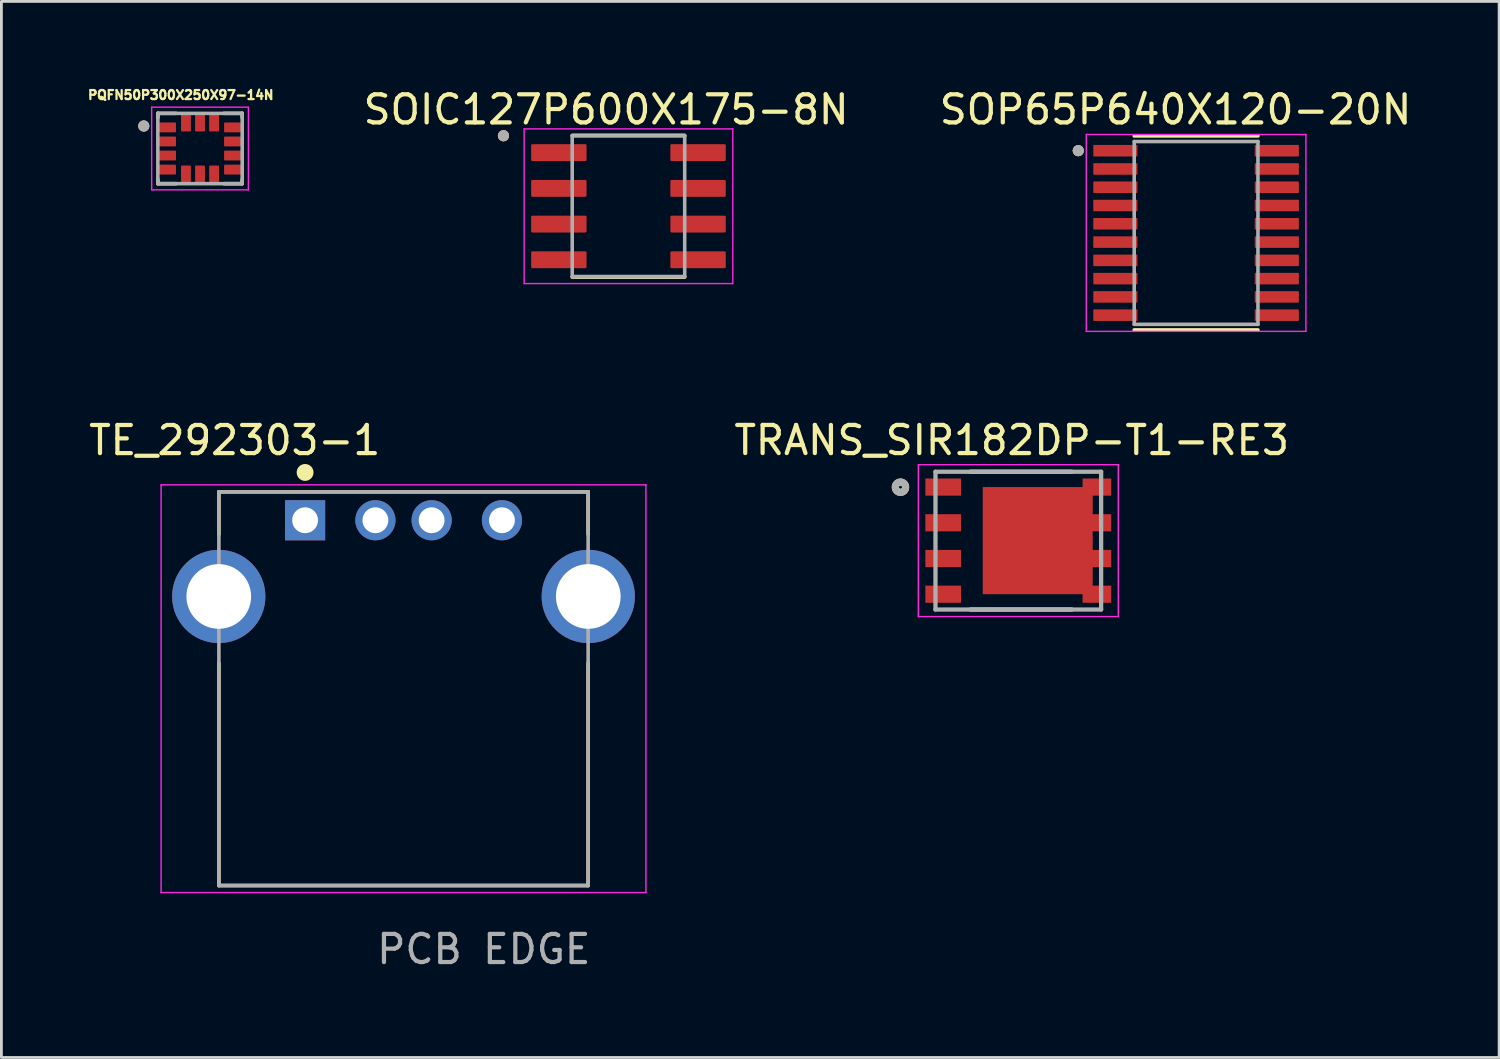
<source format=kicad_pcb>
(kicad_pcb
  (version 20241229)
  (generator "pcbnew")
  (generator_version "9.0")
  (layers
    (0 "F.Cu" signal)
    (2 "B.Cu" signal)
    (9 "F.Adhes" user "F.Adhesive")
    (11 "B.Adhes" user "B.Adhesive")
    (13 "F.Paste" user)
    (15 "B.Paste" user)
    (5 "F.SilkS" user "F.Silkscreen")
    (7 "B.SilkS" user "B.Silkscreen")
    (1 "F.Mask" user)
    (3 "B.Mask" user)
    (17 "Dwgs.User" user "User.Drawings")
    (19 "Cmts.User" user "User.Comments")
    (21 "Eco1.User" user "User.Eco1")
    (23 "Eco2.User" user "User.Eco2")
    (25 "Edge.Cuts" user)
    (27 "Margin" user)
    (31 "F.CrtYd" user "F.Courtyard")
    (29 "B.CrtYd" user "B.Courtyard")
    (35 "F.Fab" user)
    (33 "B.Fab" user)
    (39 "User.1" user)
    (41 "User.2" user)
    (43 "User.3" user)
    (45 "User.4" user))
  (footprint "TE_292303-1"
    (layer "F.Cu")
    (at 7.799 15.45)
    (property "Reference" "TE_292303-1" (at -2.503 -2.843 0) (layer "F.SilkS") (effects (font (size 1.001 1.001) (thickness 0.15))))
    (attr through_hole)
    (fp_line (start -3.065 -1.01) (end 10.065 -1.01) (stroke (width 0.127) (type solid)) (layer "F.SilkS"))
    (fp_line (start -3.065 0.5) (end -3.065 -1.01) (stroke (width 0.127) (type solid)) (layer "F.SilkS"))
    (fp_line (start -3.065 12.99) (end -3.065 5.08) (stroke (width 0.127) (type solid)) (layer "F.SilkS"))
    (fp_line (start 10.065 -1.01) (end 10.065 0.5) (stroke (width 0.127) (type solid)) (layer "F.SilkS"))
    (fp_line (start 10.065 5.08) (end 10.065 12.99) (stroke (width 0.127) (type solid)) (layer "F.SilkS"))
    (fp_line (start 10.065 12.99) (end -3.065 12.99) (stroke (width 0.127) (type solid)) (layer "F.SilkS"))
    (fp_circle (center 0 -1.7) (end 0.15 -1.7) (stroke (width 0.3) (type solid)) (fill no) (layer "F.SilkS"))
    (fp_line (start -5.12 -1.26) (end 12.12 -1.26) (stroke (width 0.05) (type solid)) (layer "F.CrtYd"))
    (fp_line (start -5.12 13.24) (end -5.12 -1.26) (stroke (width 0.05) (type solid)) (layer "F.CrtYd"))
    (fp_line (start 12.12 -1.26) (end 12.12 13.24) (stroke (width 0.05) (type solid)) (layer "F.CrtYd"))
    (fp_line (start 12.12 13.24) (end -5.12 13.24) (stroke (width 0.05) (type solid)) (layer "F.CrtYd"))
    (fp_line (start -3.065 -1.01) (end -3.065 12.99) (stroke (width 0.127) (type solid)) (layer "F.Fab"))
    (fp_line (start -3.065 12.99) (end 10.065 12.99) (stroke (width 0.127) (type solid)) (layer "F.Fab"))
    (fp_line (start 10.065 -1.01) (end -3.065 -1.01) (stroke (width 0.127) (type solid)) (layer "F.Fab"))
    (fp_line (start 10.065 12.99) (end 10.065 -1.01) (stroke (width 0.127) (type solid)) (layer "F.Fab"))
    (fp_circle (center 0 0) (end 0.15 0) (stroke (width 0.3) (type solid)) (fill no) (layer "F.Fab"))
    (fp_text user "PCB EDGE" (at 6.356 15.255 0) (layer "F.Fab") (effects (font (size 1.001 1.001) (thickness 0.15))))
    (pad "1" thru_hole rect (at 0 0) (size 1.428 1.428) (drill 0.92) (layers "*.Cu" "*.Mask"))
    (pad "2" thru_hole circle (at 2.5 0) (size 1.428 1.428) (drill 0.92) (layers "*.Cu" "*.Mask"))
    (pad "3" thru_hole circle (at 4.5 0) (size 1.428 1.428) (drill 0.92) (layers "*.Cu" "*.Mask"))
    (pad "4" thru_hole circle (at 7 0) (size 1.428 1.428) (drill 0.92) (layers "*.Cu" "*.Mask"))
    (pad "SH1" thru_hole circle (at -3.07 2.71) (size 3.316 3.316) (drill 2.3) (layers "*.Cu" "*.Mask"))
    (pad "SH2" thru_hole circle (at 10.07 2.71) (size 3.316 3.316) (drill 2.3) (layers "*.Cu" "*.Mask")))
  (footprint "SOP65P640X120-20N"
    (layer "F.Cu")
    (at 39.483 5.233)
    (property "Reference" "SOP65P640X120-20N" (at -0.73 -4.385 0) (layer "F.SilkS") (effects (font (size 1 1) (thickness 0.15))))
    (attr smd)
    (fp_line (start -2.2 -3.45) (end 2.2 -3.45) (stroke (width 0.127) (type solid)) (layer "F.SilkS"))
    (fp_line (start -2.2 3.45) (end 2.2 3.45) (stroke (width 0.127) (type solid)) (layer "F.SilkS"))
    (fp_circle (center -4.19 -2.925) (end -4.09 -2.925) (stroke (width 0.2) (type solid)) (fill no) (layer "F.SilkS"))
    (fp_line (start -3.905 -3.5) (end -3.905 3.5) (stroke (width 0.05) (type solid)) (layer "F.CrtYd"))
    (fp_line (start -3.905 -3.5) (end 3.905 -3.5) (stroke (width 0.05) (type solid)) (layer "F.CrtYd"))
    (fp_line (start -3.905 3.5) (end 3.905 3.5) (stroke (width 0.05) (type solid)) (layer "F.CrtYd"))
    (fp_line (start 3.905 -3.5) (end 3.905 3.5) (stroke (width 0.05) (type solid)) (layer "F.CrtYd"))
    (fp_line (start -2.2 -3.25) (end -2.2 3.25) (stroke (width 0.127) (type solid)) (layer "F.Fab"))
    (fp_line (start -2.2 -3.25) (end 2.2 -3.25) (stroke (width 0.127) (type solid)) (layer "F.Fab"))
    (fp_line (start -2.2 3.25) (end 2.2 3.25) (stroke (width 0.127) (type solid)) (layer "F.Fab"))
    (fp_line (start 2.2 -3.25) (end 2.2 3.25) (stroke (width 0.127) (type solid)) (layer "F.Fab"))
    (fp_circle (center -4.19 -2.925) (end -4.09 -2.925) (stroke (width 0.2) (type solid)) (fill no) (layer "F.Fab"))
    (pad "1" smd roundrect (at -2.87 -2.925) (size 1.57 0.41) (layers "F.Cu" "F.Mask" "F.Paste") (roundrect_rratio 0.05))
    (pad "2" smd roundrect (at -2.87 -2.275) (size 1.57 0.41) (layers "F.Cu" "F.Mask" "F.Paste") (roundrect_rratio 0.05))
    (pad "3" smd roundrect (at -2.87 -1.625) (size 1.57 0.41) (layers "F.Cu" "F.Mask" "F.Paste") (roundrect_rratio 0.05))
    (pad "4" smd roundrect (at -2.87 -0.975) (size 1.57 0.41) (layers "F.Cu" "F.Mask" "F.Paste") (roundrect_rratio 0.05))
    (pad "5" smd roundrect (at -2.87 -0.325) (size 1.57 0.41) (layers "F.Cu" "F.Mask" "F.Paste") (roundrect_rratio 0.05))
    (pad "6" smd roundrect (at -2.87 0.325) (size 1.57 0.41) (layers "F.Cu" "F.Mask" "F.Paste") (roundrect_rratio 0.05))
    (pad "7" smd roundrect (at -2.87 0.975) (size 1.57 0.41) (layers "F.Cu" "F.Mask" "F.Paste") (roundrect_rratio 0.05))
    (pad "8" smd roundrect (at -2.87 1.625) (size 1.57 0.41) (layers "F.Cu" "F.Mask" "F.Paste") (roundrect_rratio 0.05))
    (pad "9" smd roundrect (at -2.87 2.275) (size 1.57 0.41) (layers "F.Cu" "F.Mask" "F.Paste") (roundrect_rratio 0.05))
    (pad "10" smd roundrect (at -2.87 2.925) (size 1.57 0.41) (layers "F.Cu" "F.Mask" "F.Paste") (roundrect_rratio 0.05))
    (pad "11" smd roundrect (at 2.87 2.925) (size 1.57 0.41) (layers "F.Cu" "F.Mask" "F.Paste") (roundrect_rratio 0.05))
    (pad "12" smd roundrect (at 2.87 2.275) (size 1.57 0.41) (layers "F.Cu" "F.Mask" "F.Paste") (roundrect_rratio 0.05))
    (pad "13" smd roundrect (at 2.87 1.625) (size 1.57 0.41) (layers "F.Cu" "F.Mask" "F.Paste") (roundrect_rratio 0.05))
    (pad "14" smd roundrect (at 2.87 0.975) (size 1.57 0.41) (layers "F.Cu" "F.Mask" "F.Paste") (roundrect_rratio 0.05))
    (pad "15" smd roundrect (at 2.87 0.325) (size 1.57 0.41) (layers "F.Cu" "F.Mask" "F.Paste") (roundrect_rratio 0.05))
    (pad "16" smd roundrect (at 2.87 -0.325) (size 1.57 0.41) (layers "F.Cu" "F.Mask" "F.Paste") (roundrect_rratio 0.05))
    (pad "17" smd roundrect (at 2.87 -0.975) (size 1.57 0.41) (layers "F.Cu" "F.Mask" "F.Paste") (roundrect_rratio 0.05))
    (pad "18" smd roundrect (at 2.87 -1.625) (size 1.57 0.41) (layers "F.Cu" "F.Mask" "F.Paste") (roundrect_rratio 0.05))
    (pad "19" smd roundrect (at 2.87 -2.275) (size 1.57 0.41) (layers "F.Cu" "F.Mask" "F.Paste") (roundrect_rratio 0.05))
    (pad "20" smd roundrect (at 2.87 -2.925) (size 1.57 0.41) (layers "F.Cu" "F.Mask" "F.Paste") (roundrect_rratio 0.05)))
  (footprint "TRANS_SIR182DP-T1-RE3"
    (layer "F.Cu")
    (at 33.161 16.175)
    (property "Reference" "TRANS_SIR182DP-T1-RE3" (at -0.235 -3.569 0) (layer "F.SilkS") (effects (font (size 1 1) (thickness 0.15))))
    (attr smd)
    (fp_line (start -1.7 -2.45) (end 1.9 -2.45) (stroke (width 0.152) (type solid)) (layer "F.SilkS"))
    (fp_line (start -1.7 2.45) (end 1.9 2.45) (stroke (width 0.152) (type solid)) (layer "F.SilkS"))
    (fp_circle (center -4.19 -1.9) (end -4.134 -1.9) (stroke (width 0.254) (type solid)) (fill no) (layer "F.SilkS"))
    (fp_poly (pts (xy -0.65 -1.38) (xy 2.03 -1.38) (xy 2.03 1.38) (xy -0.65 1.38)) (stroke (width 0.01) (type solid)) (fill yes) (layer "F.Paste"))
    (fp_line (start -3.555 -2.7) (end 3.555 -2.7) (stroke (width 0.05) (type solid)) (layer "F.CrtYd"))
    (fp_line (start -3.555 2.7) (end -3.555 -2.7) (stroke (width 0.05) (type solid)) (layer "F.CrtYd"))
    (fp_line (start 3.555 -2.7) (end 3.555 2.7) (stroke (width 0.05) (type solid)) (layer "F.CrtYd"))
    (fp_line (start 3.555 2.7) (end -3.555 2.7) (stroke (width 0.05) (type solid)) (layer "F.CrtYd"))
    (fp_line (start -2.945 -2.45) (end 2.945 -2.45) (stroke (width 0.152) (type solid)) (layer "F.Fab"))
    (fp_line (start -2.945 2.45) (end -2.945 -2.45) (stroke (width 0.152) (type solid)) (layer "F.Fab"))
    (fp_line (start 2.945 -2.45) (end 2.945 2.45) (stroke (width 0.152) (type solid)) (layer "F.Fab"))
    (fp_line (start 2.945 2.45) (end -2.945 2.45) (stroke (width 0.152) (type solid)) (layer "F.Fab"))
    (fp_circle (center -4.19 -1.9) (end -4.134 -1.9) (stroke (width 0.254) (type solid)) (fill no) (layer "F.Fab"))
    (pad "1" smd rect (at -2.67 -1.905) (size 1.27 0.61) (layers "F.Cu" "F.Mask" "F.Paste"))
    (pad "2" smd rect (at -2.67 -0.635) (size 1.27 0.61) (layers "F.Cu" "F.Mask" "F.Paste"))
    (pad "3" smd rect (at -2.67 0.635) (size 1.27 0.61) (layers "F.Cu" "F.Mask" "F.Paste"))
    (pad "4" smd rect (at -2.67 1.905) (size 1.27 0.61) (layers "F.Cu" "F.Mask" "F.Paste"))
    (pad "5" smd rect (at 2.795 1.905) (size 1.02 0.61) (layers "F.Cu" "F.Mask" "F.Paste"))
    (pad "6" smd rect (at 2.795 0.635) (size 1.02 0.61) (layers "F.Cu" "F.Mask" "F.Paste"))
    (pad "7" smd rect (at 2.795 -0.635) (size 1.02 0.61) (layers "F.Cu" "F.Mask" "F.Paste"))
    (pad "8" smd rect (at 2.795 -1.905) (size 1.02 0.61) (layers "F.Cu" "F.Mask" "F.Paste"))
    (pad "9" smd rect (at 0.69 0 270) (size 3.81 3.91) (layers "F.Cu" "F.Mask")))
  (footprint "SOIC127P600X175-8N"
    (layer "F.Cu")
    (at 19.298 4.283)
    (property "Reference" "SOIC127P600X175-8N" (at -0.795 -3.435 0) (layer "F.SilkS") (effects (font (size 1 1) (thickness 0.15))))
    (attr smd)
    (fp_line (start -2 -2.52) (end 2 -2.52) (stroke (width 0.127) (type solid)) (layer "F.SilkS"))
    (fp_line (start -2 2.52) (end 2 2.52) (stroke (width 0.127) (type solid)) (layer "F.SilkS"))
    (fp_circle (center -4.445 -2.505) (end -4.345 -2.505) (stroke (width 0.2) (type solid)) (fill no) (layer "F.SilkS"))
    (fp_line (start -3.71 -2.75) (end -3.71 2.75) (stroke (width 0.05) (type solid)) (layer "F.CrtYd"))
    (fp_line (start -3.71 -2.75) (end 3.71 -2.75) (stroke (width 0.05) (type solid)) (layer "F.CrtYd"))
    (fp_line (start -3.71 2.75) (end 3.71 2.75) (stroke (width 0.05) (type solid)) (layer "F.CrtYd"))
    (fp_line (start 3.71 -2.75) (end 3.71 2.75) (stroke (width 0.05) (type solid)) (layer "F.CrtYd"))
    (fp_line (start -2 -2.5) (end -2 2.5) (stroke (width 0.127) (type solid)) (layer "F.Fab"))
    (fp_line (start -2 -2.5) (end 2 -2.5) (stroke (width 0.127) (type solid)) (layer "F.Fab"))
    (fp_line (start -2 2.5) (end 2 2.5) (stroke (width 0.127) (type solid)) (layer "F.Fab"))
    (fp_line (start 2 -2.5) (end 2 2.5) (stroke (width 0.127) (type solid)) (layer "F.Fab"))
    (fp_circle (center -4.445 -2.505) (end -4.345 -2.505) (stroke (width 0.2) (type solid)) (fill no) (layer "F.Fab"))
    (pad "1" smd roundrect (at -2.475 -1.905) (size 1.97 0.6) (layers "F.Cu" "F.Mask" "F.Paste") (roundrect_rratio 0.07))
    (pad "2" smd roundrect (at -2.475 -0.635) (size 1.97 0.6) (layers "F.Cu" "F.Mask" "F.Paste") (roundrect_rratio 0.07))
    (pad "3" smd roundrect (at -2.475 0.635) (size 1.97 0.6) (layers "F.Cu" "F.Mask" "F.Paste") (roundrect_rratio 0.07))
    (pad "4" smd roundrect (at -2.475 1.905) (size 1.97 0.6) (layers "F.Cu" "F.Mask" "F.Paste") (roundrect_rratio 0.07))
    (pad "5" smd roundrect (at 2.475 1.905) (size 1.97 0.6) (layers "F.Cu" "F.Mask" "F.Paste") (roundrect_rratio 0.07))
    (pad "6" smd roundrect (at 2.475 0.635) (size 1.97 0.6) (layers "F.Cu" "F.Mask" "F.Paste") (roundrect_rratio 0.07))
    (pad "7" smd roundrect (at 2.475 -0.635) (size 1.97 0.6) (layers "F.Cu" "F.Mask" "F.Paste") (roundrect_rratio 0.07))
    (pad "8" smd roundrect (at 2.475 -1.905) (size 1.97 0.6) (layers "F.Cu" "F.Mask" "F.Paste") (roundrect_rratio 0.07)))
  (footprint "PQFN50P300X250X97-14N"
    (layer "F.Cu")
    (at 4.063 2.231)
    (property "Reference" "PQFN50P300X250X97-14N" (at -0.684 -1.903 0) (layer "F.SilkS") (effects (font (size 0.32 0.32) (thickness 0.15))))
    (attr smd)
    (fp_line (start -1.5 -1.25) (end -0.85 -1.25) (stroke (width 0.127) (type solid)) (layer "F.SilkS"))
    (fp_line (start -1.5 -1.1) (end -1.5 -1.25) (stroke (width 0.127) (type solid)) (layer "F.SilkS"))
    (fp_line (start -1.5 1.1) (end -1.5 1.25) (stroke (width 0.127) (type solid)) (layer "F.SilkS"))
    (fp_line (start -1.5 1.25) (end -0.85 1.25) (stroke (width 0.127) (type solid)) (layer "F.SilkS"))
    (fp_line (start 0.85 -1.25) (end 1.5 -1.25) (stroke (width 0.127) (type solid)) (layer "F.SilkS"))
    (fp_line (start 1.5 -1.25) (end 1.5 -1.1) (stroke (width 0.127) (type solid)) (layer "F.SilkS"))
    (fp_line (start 1.5 1.1) (end 1.5 1.25) (stroke (width 0.127) (type solid)) (layer "F.SilkS"))
    (fp_line (start 1.5 1.25) (end 0.85 1.25) (stroke (width 0.127) (type solid)) (layer "F.SilkS"))
    (fp_circle (center -2 -0.8) (end -1.9 -0.8) (stroke (width 0.2) (type solid)) (fill no) (layer "F.SilkS"))
    (fp_line (start -1.72 -1.47) (end 1.72 -1.47) (stroke (width 0.05) (type solid)) (layer "F.CrtYd"))
    (fp_line (start -1.72 1.47) (end -1.72 -1.47) (stroke (width 0.05) (type solid)) (layer "F.CrtYd"))
    (fp_line (start 1.72 -1.47) (end 1.72 1.47) (stroke (width 0.05) (type solid)) (layer "F.CrtYd"))
    (fp_line (start 1.72 1.47) (end -1.72 1.47) (stroke (width 0.05) (type solid)) (layer "F.CrtYd"))
    (fp_line (start -1.5 -1.25) (end 1.5 -1.25) (stroke (width 0.127) (type solid)) (layer "F.Fab"))
    (fp_line (start -1.5 1.25) (end -1.5 -1.25) (stroke (width 0.127) (type solid)) (layer "F.Fab"))
    (fp_line (start 1.5 -1.25) (end 1.5 1.25) (stroke (width 0.127) (type solid)) (layer "F.Fab"))
    (fp_line (start 1.5 1.25) (end -1.5 1.25) (stroke (width 0.127) (type solid)) (layer "F.Fab"))
    (fp_circle (center -2 -0.8) (end -1.9 -0.8) (stroke (width 0.2) (type solid)) (fill no) (layer "F.Fab"))
    (pad "1" smd roundrect (at -1.16 -0.75) (size 0.61 0.35) (layers "F.Cu" "F.Mask" "F.Paste") (roundrect_rratio 0.09))
    (pad "2" smd roundrect (at -1.16 -0.25) (size 0.61 0.35) (layers "F.Cu" "F.Mask" "F.Paste") (roundrect_rratio 0.09))
    (pad "3" smd roundrect (at -1.16 0.25) (size 0.61 0.35) (layers "F.Cu" "F.Mask" "F.Paste") (roundrect_rratio 0.09))
    (pad "4" smd roundrect (at -1.16 0.75) (size 0.61 0.35) (layers "F.Cu" "F.Mask" "F.Paste") (roundrect_rratio 0.09))
    (pad "5" smd roundrect (at -0.5 0.91 90) (size 0.61 0.35) (layers "F.Cu" "F.Mask" "F.Paste") (roundrect_rratio 0.09))
    (pad "6" smd roundrect (at 0 0.91 90) (size 0.61 0.35) (layers "F.Cu" "F.Mask" "F.Paste") (roundrect_rratio 0.09))
    (pad "7" smd roundrect (at 0.5 0.91 90) (size 0.61 0.35) (layers "F.Cu" "F.Mask" "F.Paste") (roundrect_rratio 0.09))
    (pad "8" smd roundrect (at 1.16 0.75 180) (size 0.61 0.35) (layers "F.Cu" "F.Mask" "F.Paste") (roundrect_rratio 0.09))
    (pad "9" smd roundrect (at 1.16 0.25 180) (size 0.61 0.35) (layers "F.Cu" "F.Mask" "F.Paste") (roundrect_rratio 0.09))
    (pad "10" smd roundrect (at 1.16 -0.25 180) (size 0.61 0.35) (layers "F.Cu" "F.Mask" "F.Paste") (roundrect_rratio 0.09))
    (pad "11" smd roundrect (at 1.16 -0.75 180) (size 0.61 0.35) (layers "F.Cu" "F.Mask" "F.Paste") (roundrect_rratio 0.09))
    (pad "12" smd roundrect (at 0.5 -0.91 270) (size 0.61 0.35) (layers "F.Cu" "F.Mask" "F.Paste") (roundrect_rratio 0.09))
    (pad "13" smd roundrect (at 0 -0.91 270) (size 0.61 0.35) (layers "F.Cu" "F.Mask" "F.Paste") (roundrect_rratio 0.09))
    (pad "14" smd roundrect (at -0.5 -0.91 270) (size 0.61 0.35) (layers "F.Cu" "F.Mask" "F.Paste") (roundrect_rratio 0.09)))
  (gr_rect
    (start -3 -3)
    (end 50.259 34.554)
    (stroke (width 0.1) (type default))
    (fill no)
    (layer "Edge.Cuts")))
</source>
